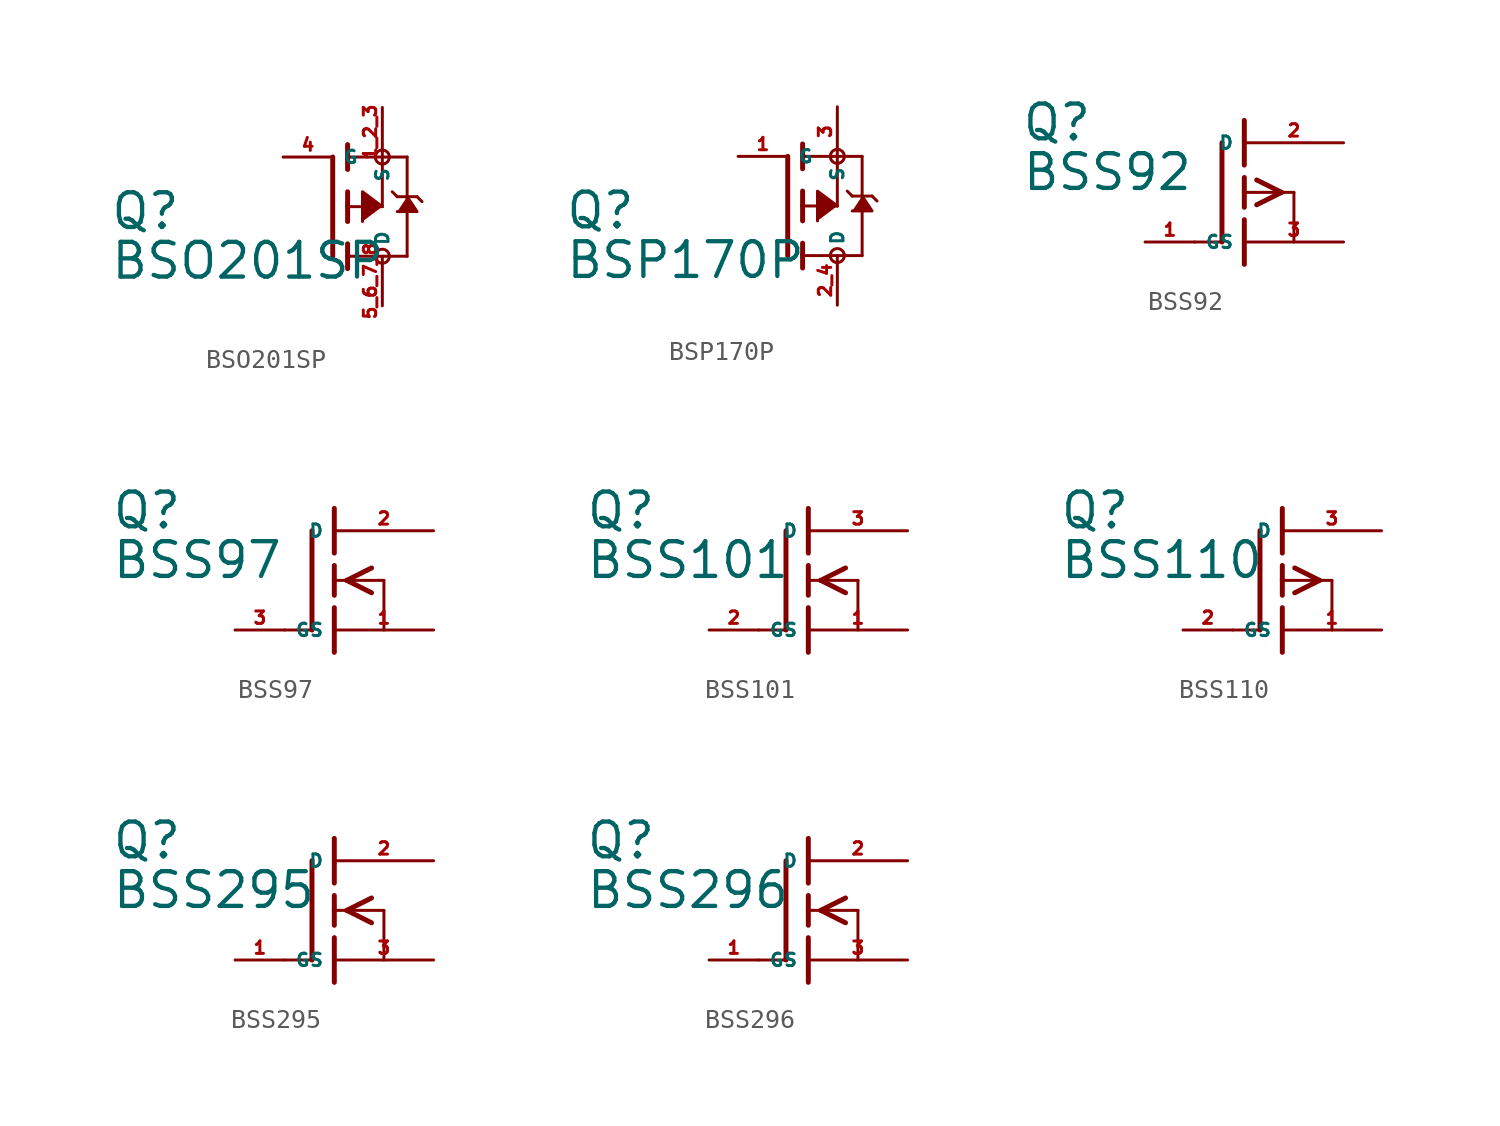
<source format=kicad_sym>
(kicad_symbol_lib
  (version 20220914)
  (generator Eagle2Kicad)
  (symbol "BSO201SP"
    (property "Reference" "Q"
      (at -11.43 -1.27 0)
      (effects (font (size 1.778 1.778) (thickness 0.22)) (justify left bottom)))
    (property "Value" "BSO201SP"
      (at -11.43 -3.81 0)
      (effects (font (size 1.778 1.778) (thickness 0.22)) (justify left bottom)))
    (polyline
      (pts (xy 3.81 0.508) (xy 4.318 -0.254) (xy 3.302 -0.254))
      (stroke (width 0.152) (type default))
      (fill (type outline)))
    (polyline
      (pts (xy 2.54 0) (xy 1.524 0.762) (xy 1.524 -0.762))
      (stroke (width 0.152) (type default))
      (fill (type outline)))
    (polyline
      (pts (xy 0.762 -0.762) (xy 0.762 0))
      (stroke (width 0.254) (type default))
      (fill (type none)))
    (polyline
      (pts (xy 0.762 0) (xy 0.762 0.762))
      (stroke (width 0.254) (type default))
      (fill (type none)))
    (polyline
      (pts (xy 0.762 -3.175) (xy 0.762 -2.54))
      (stroke (width 0.254) (type default))
      (fill (type none)))
    (polyline
      (pts (xy 0.762 -2.54) (xy 0.762 -1.905))
      (stroke (width 0.254) (type default))
      (fill (type none)))
    (polyline
      (pts (xy 0.762 0) (xy 2.54 0))
      (stroke (width 0.152) (type default))
      (fill (type none)))
    (polyline
      (pts (xy 2.54 0) (xy 2.54 2.54))
      (stroke (width 0.152) (type default))
      (fill (type none)))
    (polyline
      (pts (xy 0.762 1.905) (xy 0.762 2.54))
      (stroke (width 0.254) (type default))
      (fill (type none)))
    (polyline
      (pts (xy 0.762 2.54) (xy 0.762 3.175))
      (stroke (width 0.254) (type default))
      (fill (type none)))
    (polyline
      (pts (xy 0 -2.54) (xy 0 2.54))
      (stroke (width 0.254) (type default))
      (fill (type none)))
    (polyline
      (pts (xy 2.54 2.54) (xy 0.762 2.54))
      (stroke (width 0.152) (type default))
      (fill (type none)))
    (polyline
      (pts (xy 3.81 -2.54) (xy 3.81 0.508))
      (stroke (width 0.152) (type default))
      (fill (type none)))
    (polyline
      (pts (xy 3.81 0.508) (xy 3.81 2.54))
      (stroke (width 0.152) (type default))
      (fill (type none)))
    (polyline
      (pts (xy 2.54 2.54) (xy 3.81 2.54))
      (stroke (width 0.152) (type default))
      (fill (type none)))
    (polyline
      (pts (xy 0.762 -2.54) (xy 3.81 -2.54))
      (stroke (width 0.152) (type default))
      (fill (type none)))
    (polyline
      (pts (xy 3.048 0.762) (xy 3.302 0.508))
      (stroke (width 0.152) (type default))
      (fill (type none)))
    (polyline
      (pts (xy 3.302 0.508) (xy 3.81 0.508))
      (stroke (width 0.152) (type default))
      (fill (type none)))
    (polyline
      (pts (xy 3.81 0.508) (xy 4.318 0.508))
      (stroke (width 0.152) (type default))
      (fill (type none)))
    (polyline
      (pts (xy 4.318 0.508) (xy 4.572 0.254))
      (stroke (width 0.152) (type default))
      (fill (type none)))
    (circle
      (center 2.54 2.54)
      (radius 0.359)
      (stroke (width 0) (type default))
      (fill (type none)))
    (circle
      (center 2.54 -2.54)
      (radius 0.359)
      (stroke (width 0) (type default))
      (fill (type none)))
    (pin passive line
      (at 2.54 5.08 270)
      (length 2.54)
      (name "S" (effects (font (size 0.635 0.635) (thickness 0.08)) (justify left bottom)))
      (number "1 2 3" (effects (font (size 0.635 0.635) (thickness 0.08)) (justify left bottom))))
    (pin passive line
      (at -2.54 2.54 0)
      (length 2.54)
      (name "G" (effects (font (size 0.635 0.635) (thickness 0.08)) (justify left bottom)))
      (number "4" (effects (font (size 0.635 0.635) (thickness 0.08)) (justify left bottom))))
    (pin passive line
      (at 2.54 -5.08 90)
      (length 2.54)
      (name "D" (effects (font (size 0.635 0.635) (thickness 0.08)) (justify left bottom)))
      (number "5 6 7 8" (effects (font (size 0.635 0.635) (thickness 0.08)) (justify left bottom)))))
  (symbol "BSP170P"
    (property "Reference" "Q"
      (at -11.43 -1.27 0)
      (effects (font (size 1.778 1.778) (thickness 0.22)) (justify left bottom)))
    (property "Value" "BSP170P"
      (at -11.43 -3.81 0)
      (effects (font (size 1.778 1.778) (thickness 0.22)) (justify left bottom)))
    (polyline
      (pts (xy 3.81 0.508) (xy 4.318 -0.254) (xy 3.302 -0.254))
      (stroke (width 0.152) (type default))
      (fill (type outline)))
    (polyline
      (pts (xy 2.54 0) (xy 1.524 0.762) (xy 1.524 -0.762))
      (stroke (width 0.152) (type default))
      (fill (type outline)))
    (polyline
      (pts (xy 0.762 -0.762) (xy 0.762 0))
      (stroke (width 0.254) (type default))
      (fill (type none)))
    (polyline
      (pts (xy 0.762 0) (xy 0.762 0.762))
      (stroke (width 0.254) (type default))
      (fill (type none)))
    (polyline
      (pts (xy 0.762 -3.175) (xy 0.762 -2.54))
      (stroke (width 0.254) (type default))
      (fill (type none)))
    (polyline
      (pts (xy 0.762 -2.54) (xy 0.762 -1.905))
      (stroke (width 0.254) (type default))
      (fill (type none)))
    (polyline
      (pts (xy 0.762 0) (xy 2.54 0))
      (stroke (width 0.152) (type default))
      (fill (type none)))
    (polyline
      (pts (xy 2.54 0) (xy 2.54 2.54))
      (stroke (width 0.152) (type default))
      (fill (type none)))
    (polyline
      (pts (xy 0.762 1.905) (xy 0.762 2.54))
      (stroke (width 0.254) (type default))
      (fill (type none)))
    (polyline
      (pts (xy 0.762 2.54) (xy 0.762 3.175))
      (stroke (width 0.254) (type default))
      (fill (type none)))
    (polyline
      (pts (xy 0 -2.54) (xy 0 2.54))
      (stroke (width 0.254) (type default))
      (fill (type none)))
    (polyline
      (pts (xy 2.54 2.54) (xy 0.762 2.54))
      (stroke (width 0.152) (type default))
      (fill (type none)))
    (polyline
      (pts (xy 3.81 -2.54) (xy 3.81 0.508))
      (stroke (width 0.152) (type default))
      (fill (type none)))
    (polyline
      (pts (xy 3.81 0.508) (xy 3.81 2.54))
      (stroke (width 0.152) (type default))
      (fill (type none)))
    (polyline
      (pts (xy 2.54 2.54) (xy 3.81 2.54))
      (stroke (width 0.152) (type default))
      (fill (type none)))
    (polyline
      (pts (xy 0.762 -2.54) (xy 3.81 -2.54))
      (stroke (width 0.152) (type default))
      (fill (type none)))
    (polyline
      (pts (xy 3.048 0.762) (xy 3.302 0.508))
      (stroke (width 0.152) (type default))
      (fill (type none)))
    (polyline
      (pts (xy 3.302 0.508) (xy 3.81 0.508))
      (stroke (width 0.152) (type default))
      (fill (type none)))
    (polyline
      (pts (xy 3.81 0.508) (xy 4.318 0.508))
      (stroke (width 0.152) (type default))
      (fill (type none)))
    (polyline
      (pts (xy 4.318 0.508) (xy 4.572 0.254))
      (stroke (width 0.152) (type default))
      (fill (type none)))
    (circle
      (center 2.54 2.54)
      (radius 0.359)
      (stroke (width 0) (type default))
      (fill (type none)))
    (circle
      (center 2.54 -2.54)
      (radius 0.359)
      (stroke (width 0) (type default))
      (fill (type none)))
    (pin passive line
      (at 2.54 5.08 270)
      (length 2.54)
      (name "S" (effects (font (size 0.635 0.635) (thickness 0.08)) (justify left bottom)))
      (number "3" (effects (font (size 0.635 0.635) (thickness 0.08)) (justify left bottom))))
    (pin passive line
      (at -2.54 2.54 0)
      (length 2.54)
      (name "G" (effects (font (size 0.635 0.635) (thickness 0.08)) (justify left bottom)))
      (number "1" (effects (font (size 0.635 0.635) (thickness 0.08)) (justify left bottom))))
    (pin passive line
      (at 2.54 -5.08 90)
      (length 2.54)
      (name "D" (effects (font (size 0.635 0.635) (thickness 0.08)) (justify left bottom)))
      (number "2 4" (effects (font (size 0.635 0.635) (thickness 0.08)) (justify left bottom)))))
  (symbol "BSS92"
    (property "Reference" "Q"
      (at -11.43 2.54 0)
      (effects (font (size 1.778 1.778) (thickness 0.22)) (justify left bottom)))
    (property "Value" "BSS92"
      (at -11.43 0 0)
      (effects (font (size 1.778 1.778) (thickness 0.22)) (justify left bottom)))
    (polyline
      (pts (xy -2.54 -2.54) (xy -1.219 -2.54))
      (stroke (width 0.152) (type default))
      (fill (type none)))
    (polyline
      (pts (xy 0 0.762) (xy 0 0))
      (stroke (width 0.254) (type default))
      (fill (type none)))
    (polyline
      (pts (xy 0 0) (xy 0 -0.762))
      (stroke (width 0.254) (type default))
      (fill (type none)))
    (polyline
      (pts (xy 0 3.683) (xy 0 1.397))
      (stroke (width 0.254) (type default))
      (fill (type none)))
    (polyline
      (pts (xy 0.635 0.635) (xy 1.905 0))
      (stroke (width 0.254) (type default))
      (fill (type none)))
    (polyline
      (pts (xy 0.635 -0.635) (xy 1.905 0))
      (stroke (width 0.254) (type default))
      (fill (type none)))
    (polyline
      (pts (xy 0 0) (xy 1.905 0))
      (stroke (width 0.152) (type default))
      (fill (type none)))
    (polyline
      (pts (xy 1.905 0) (xy 2.54 0))
      (stroke (width 0.152) (type default))
      (fill (type none)))
    (polyline
      (pts (xy 2.54 0) (xy 2.54 -2.54))
      (stroke (width 0.152) (type default))
      (fill (type none)))
    (polyline
      (pts (xy 0 -1.397) (xy 0 -3.683))
      (stroke (width 0.254) (type default))
      (fill (type none)))
    (polyline
      (pts (xy -1.143 2.54) (xy -1.143 -2.54))
      (stroke (width 0.254) (type default))
      (fill (type none)))
    (pin passive line
      (at 5.08 2.54 180)
      (length 5.08)
      (name "D" (effects (font (size 0.635 0.635) (thickness 0.08)) (justify left bottom)))
      (number "2" (effects (font (size 0.635 0.635) (thickness 0.08)) (justify left bottom))))
    (pin passive line
      (at 5.08 -2.54 180)
      (length 5.08)
      (name "S" (effects (font (size 0.635 0.635) (thickness 0.08)) (justify left bottom)))
      (number "3" (effects (font (size 0.635 0.635) (thickness 0.08)) (justify left bottom))))
    (pin passive line
      (at -5.08 -2.54 0)
      (length 2.54)
      (name "G" (effects (font (size 0.635 0.635) (thickness 0.08)) (justify left bottom)))
      (number "1" (effects (font (size 0.635 0.635) (thickness 0.08)) (justify left bottom)))))
  (symbol "BSS97"
    (property "Reference" "Q"
      (at -11.43 2.54 0)
      (effects (font (size 1.778 1.778) (thickness 0.22)) (justify left bottom)))
    (property "Value" "BSS97"
      (at -11.43 0 0)
      (effects (font (size 1.778 1.778) (thickness 0.22)) (justify left bottom)))
    (polyline
      (pts (xy -2.54 -2.54) (xy -1.219 -2.54))
      (stroke (width 0.152) (type default))
      (fill (type none)))
    (polyline
      (pts (xy 0 0.762) (xy 0 0))
      (stroke (width 0.254) (type default))
      (fill (type none)))
    (polyline
      (pts (xy 0 0) (xy 0 -0.762))
      (stroke (width 0.254) (type default))
      (fill (type none)))
    (polyline
      (pts (xy 0 3.683) (xy 0 1.397))
      (stroke (width 0.254) (type default))
      (fill (type none)))
    (polyline
      (pts (xy 1.905 0.635) (xy 0.635 0))
      (stroke (width 0.254) (type default))
      (fill (type none)))
    (polyline
      (pts (xy 1.905 -0.635) (xy 0.635 0))
      (stroke (width 0.254) (type default))
      (fill (type none)))
    (polyline
      (pts (xy 0 0) (xy 0.635 0))
      (stroke (width 0.152) (type default))
      (fill (type none)))
    (polyline
      (pts (xy 0.635 0) (xy 2.54 0))
      (stroke (width 0.152) (type default))
      (fill (type none)))
    (polyline
      (pts (xy 2.54 0) (xy 2.54 -2.54))
      (stroke (width 0.152) (type default))
      (fill (type none)))
    (polyline
      (pts (xy 0 -1.397) (xy 0 -3.683))
      (stroke (width 0.254) (type default))
      (fill (type none)))
    (polyline
      (pts (xy -1.143 2.54) (xy -1.143 -2.54))
      (stroke (width 0.254) (type default))
      (fill (type none)))
    (pin passive line
      (at 5.08 2.54 180)
      (length 5.08)
      (name "D" (effects (font (size 0.635 0.635) (thickness 0.08)) (justify left bottom)))
      (number "2" (effects (font (size 0.635 0.635) (thickness 0.08)) (justify left bottom))))
    (pin passive line
      (at 5.08 -2.54 180)
      (length 5.08)
      (name "S" (effects (font (size 0.635 0.635) (thickness 0.08)) (justify left bottom)))
      (number "1" (effects (font (size 0.635 0.635) (thickness 0.08)) (justify left bottom))))
    (pin passive line
      (at -5.08 -2.54 0)
      (length 2.54)
      (name "G" (effects (font (size 0.635 0.635) (thickness 0.08)) (justify left bottom)))
      (number "3" (effects (font (size 0.635 0.635) (thickness 0.08)) (justify left bottom)))))
  (symbol "BSS101"
    (property "Reference" "Q"
      (at -11.43 2.54 0)
      (effects (font (size 1.778 1.778) (thickness 0.22)) (justify left bottom)))
    (property "Value" "BSS101"
      (at -11.43 0 0)
      (effects (font (size 1.778 1.778) (thickness 0.22)) (justify left bottom)))
    (polyline
      (pts (xy -2.54 -2.54) (xy -1.219 -2.54))
      (stroke (width 0.152) (type default))
      (fill (type none)))
    (polyline
      (pts (xy 0 0.762) (xy 0 0))
      (stroke (width 0.254) (type default))
      (fill (type none)))
    (polyline
      (pts (xy 0 0) (xy 0 -0.762))
      (stroke (width 0.254) (type default))
      (fill (type none)))
    (polyline
      (pts (xy 0 3.683) (xy 0 1.397))
      (stroke (width 0.254) (type default))
      (fill (type none)))
    (polyline
      (pts (xy 1.905 0.635) (xy 0.635 0))
      (stroke (width 0.254) (type default))
      (fill (type none)))
    (polyline
      (pts (xy 1.905 -0.635) (xy 0.635 0))
      (stroke (width 0.254) (type default))
      (fill (type none)))
    (polyline
      (pts (xy 0 0) (xy 0.635 0))
      (stroke (width 0.152) (type default))
      (fill (type none)))
    (polyline
      (pts (xy 0.635 0) (xy 2.54 0))
      (stroke (width 0.152) (type default))
      (fill (type none)))
    (polyline
      (pts (xy 2.54 0) (xy 2.54 -2.54))
      (stroke (width 0.152) (type default))
      (fill (type none)))
    (polyline
      (pts (xy 0 -1.397) (xy 0 -3.683))
      (stroke (width 0.254) (type default))
      (fill (type none)))
    (polyline
      (pts (xy -1.143 2.54) (xy -1.143 -2.54))
      (stroke (width 0.254) (type default))
      (fill (type none)))
    (pin passive line
      (at 5.08 2.54 180)
      (length 5.08)
      (name "D" (effects (font (size 0.635 0.635) (thickness 0.08)) (justify left bottom)))
      (number "3" (effects (font (size 0.635 0.635) (thickness 0.08)) (justify left bottom))))
    (pin passive line
      (at 5.08 -2.54 180)
      (length 5.08)
      (name "S" (effects (font (size 0.635 0.635) (thickness 0.08)) (justify left bottom)))
      (number "1" (effects (font (size 0.635 0.635) (thickness 0.08)) (justify left bottom))))
    (pin passive line
      (at -5.08 -2.54 0)
      (length 2.54)
      (name "G" (effects (font (size 0.635 0.635) (thickness 0.08)) (justify left bottom)))
      (number "2" (effects (font (size 0.635 0.635) (thickness 0.08)) (justify left bottom)))))
  (symbol "BSS110"
    (property "Reference" "Q"
      (at -11.43 2.54 0)
      (effects (font (size 1.778 1.778) (thickness 0.22)) (justify left bottom)))
    (property "Value" "BSS110"
      (at -11.43 0 0)
      (effects (font (size 1.778 1.778) (thickness 0.22)) (justify left bottom)))
    (polyline
      (pts (xy -2.54 -2.54) (xy -1.219 -2.54))
      (stroke (width 0.152) (type default))
      (fill (type none)))
    (polyline
      (pts (xy 0 0.762) (xy 0 0))
      (stroke (width 0.254) (type default))
      (fill (type none)))
    (polyline
      (pts (xy 0 0) (xy 0 -0.762))
      (stroke (width 0.254) (type default))
      (fill (type none)))
    (polyline
      (pts (xy 0 3.683) (xy 0 1.397))
      (stroke (width 0.254) (type default))
      (fill (type none)))
    (polyline
      (pts (xy 0.635 0.635) (xy 1.905 0))
      (stroke (width 0.254) (type default))
      (fill (type none)))
    (polyline
      (pts (xy 0.635 -0.635) (xy 1.905 0))
      (stroke (width 0.254) (type default))
      (fill (type none)))
    (polyline
      (pts (xy 0 0) (xy 1.905 0))
      (stroke (width 0.152) (type default))
      (fill (type none)))
    (polyline
      (pts (xy 1.905 0) (xy 2.54 0))
      (stroke (width 0.152) (type default))
      (fill (type none)))
    (polyline
      (pts (xy 2.54 0) (xy 2.54 -2.54))
      (stroke (width 0.152) (type default))
      (fill (type none)))
    (polyline
      (pts (xy 0 -1.397) (xy 0 -3.683))
      (stroke (width 0.254) (type default))
      (fill (type none)))
    (polyline
      (pts (xy -1.143 2.54) (xy -1.143 -2.54))
      (stroke (width 0.254) (type default))
      (fill (type none)))
    (pin passive line
      (at 5.08 2.54 180)
      (length 5.08)
      (name "D" (effects (font (size 0.635 0.635) (thickness 0.08)) (justify left bottom)))
      (number "3" (effects (font (size 0.635 0.635) (thickness 0.08)) (justify left bottom))))
    (pin passive line
      (at 5.08 -2.54 180)
      (length 5.08)
      (name "S" (effects (font (size 0.635 0.635) (thickness 0.08)) (justify left bottom)))
      (number "1" (effects (font (size 0.635 0.635) (thickness 0.08)) (justify left bottom))))
    (pin passive line
      (at -5.08 -2.54 0)
      (length 2.54)
      (name "G" (effects (font (size 0.635 0.635) (thickness 0.08)) (justify left bottom)))
      (number "2" (effects (font (size 0.635 0.635) (thickness 0.08)) (justify left bottom)))))
  (symbol "BSS295"
    (property "Reference" "Q"
      (at -11.43 2.54 0)
      (effects (font (size 1.778 1.778) (thickness 0.22)) (justify left bottom)))
    (property "Value" "BSS295"
      (at -11.43 0 0)
      (effects (font (size 1.778 1.778) (thickness 0.22)) (justify left bottom)))
    (polyline
      (pts (xy -2.54 -2.54) (xy -1.219 -2.54))
      (stroke (width 0.152) (type default))
      (fill (type none)))
    (polyline
      (pts (xy 0 0.762) (xy 0 0))
      (stroke (width 0.254) (type default))
      (fill (type none)))
    (polyline
      (pts (xy 0 0) (xy 0 -0.762))
      (stroke (width 0.254) (type default))
      (fill (type none)))
    (polyline
      (pts (xy 0 3.683) (xy 0 1.397))
      (stroke (width 0.254) (type default))
      (fill (type none)))
    (polyline
      (pts (xy 1.905 0.635) (xy 0.635 0))
      (stroke (width 0.254) (type default))
      (fill (type none)))
    (polyline
      (pts (xy 1.905 -0.635) (xy 0.635 0))
      (stroke (width 0.254) (type default))
      (fill (type none)))
    (polyline
      (pts (xy 0 0) (xy 0.635 0))
      (stroke (width 0.152) (type default))
      (fill (type none)))
    (polyline
      (pts (xy 0.635 0) (xy 2.54 0))
      (stroke (width 0.152) (type default))
      (fill (type none)))
    (polyline
      (pts (xy 2.54 0) (xy 2.54 -2.54))
      (stroke (width 0.152) (type default))
      (fill (type none)))
    (polyline
      (pts (xy 0 -1.397) (xy 0 -3.683))
      (stroke (width 0.254) (type default))
      (fill (type none)))
    (polyline
      (pts (xy -1.143 2.54) (xy -1.143 -2.54))
      (stroke (width 0.254) (type default))
      (fill (type none)))
    (pin passive line
      (at 5.08 2.54 180)
      (length 5.08)
      (name "D" (effects (font (size 0.635 0.635) (thickness 0.08)) (justify left bottom)))
      (number "2" (effects (font (size 0.635 0.635) (thickness 0.08)) (justify left bottom))))
    (pin passive line
      (at 5.08 -2.54 180)
      (length 5.08)
      (name "S" (effects (font (size 0.635 0.635) (thickness 0.08)) (justify left bottom)))
      (number "3" (effects (font (size 0.635 0.635) (thickness 0.08)) (justify left bottom))))
    (pin passive line
      (at -5.08 -2.54 0)
      (length 2.54)
      (name "G" (effects (font (size 0.635 0.635) (thickness 0.08)) (justify left bottom)))
      (number "1" (effects (font (size 0.635 0.635) (thickness 0.08)) (justify left bottom)))))
  (symbol "BSS296"
    (property "Reference" "Q"
      (at -11.43 2.54 0)
      (effects (font (size 1.778 1.778) (thickness 0.22)) (justify left bottom)))
    (property "Value" "BSS296"
      (at -11.43 0 0)
      (effects (font (size 1.778 1.778) (thickness 0.22)) (justify left bottom)))
    (polyline
      (pts (xy -2.54 -2.54) (xy -1.219 -2.54))
      (stroke (width 0.152) (type default))
      (fill (type none)))
    (polyline
      (pts (xy 0 0.762) (xy 0 0))
      (stroke (width 0.254) (type default))
      (fill (type none)))
    (polyline
      (pts (xy 0 0) (xy 0 -0.762))
      (stroke (width 0.254) (type default))
      (fill (type none)))
    (polyline
      (pts (xy 0 3.683) (xy 0 1.397))
      (stroke (width 0.254) (type default))
      (fill (type none)))
    (polyline
      (pts (xy 1.905 0.635) (xy 0.635 0))
      (stroke (width 0.254) (type default))
      (fill (type none)))
    (polyline
      (pts (xy 1.905 -0.635) (xy 0.635 0))
      (stroke (width 0.254) (type default))
      (fill (type none)))
    (polyline
      (pts (xy 0 0) (xy 0.635 0))
      (stroke (width 0.152) (type default))
      (fill (type none)))
    (polyline
      (pts (xy 0.635 0) (xy 2.54 0))
      (stroke (width 0.152) (type default))
      (fill (type none)))
    (polyline
      (pts (xy 2.54 0) (xy 2.54 -2.54))
      (stroke (width 0.152) (type default))
      (fill (type none)))
    (polyline
      (pts (xy 0 -1.397) (xy 0 -3.683))
      (stroke (width 0.254) (type default))
      (fill (type none)))
    (polyline
      (pts (xy -1.143 2.54) (xy -1.143 -2.54))
      (stroke (width 0.254) (type default))
      (fill (type none)))
    (pin passive line
      (at 5.08 2.54 180)
      (length 5.08)
      (name "D" (effects (font (size 0.635 0.635) (thickness 0.08)) (justify left bottom)))
      (number "2" (effects (font (size 0.635 0.635) (thickness 0.08)) (justify left bottom))))
    (pin passive line
      (at 5.08 -2.54 180)
      (length 5.08)
      (name "S" (effects (font (size 0.635 0.635) (thickness 0.08)) (justify left bottom)))
      (number "3" (effects (font (size 0.635 0.635) (thickness 0.08)) (justify left bottom))))
    (pin passive line
      (at -5.08 -2.54 0)
      (length 2.54)
      (name "G" (effects (font (size 0.635 0.635) (thickness 0.08)) (justify left bottom)))
      (number "1" (effects (font (size 0.635 0.635) (thickness 0.08)) (justify left bottom))))))
</source>
